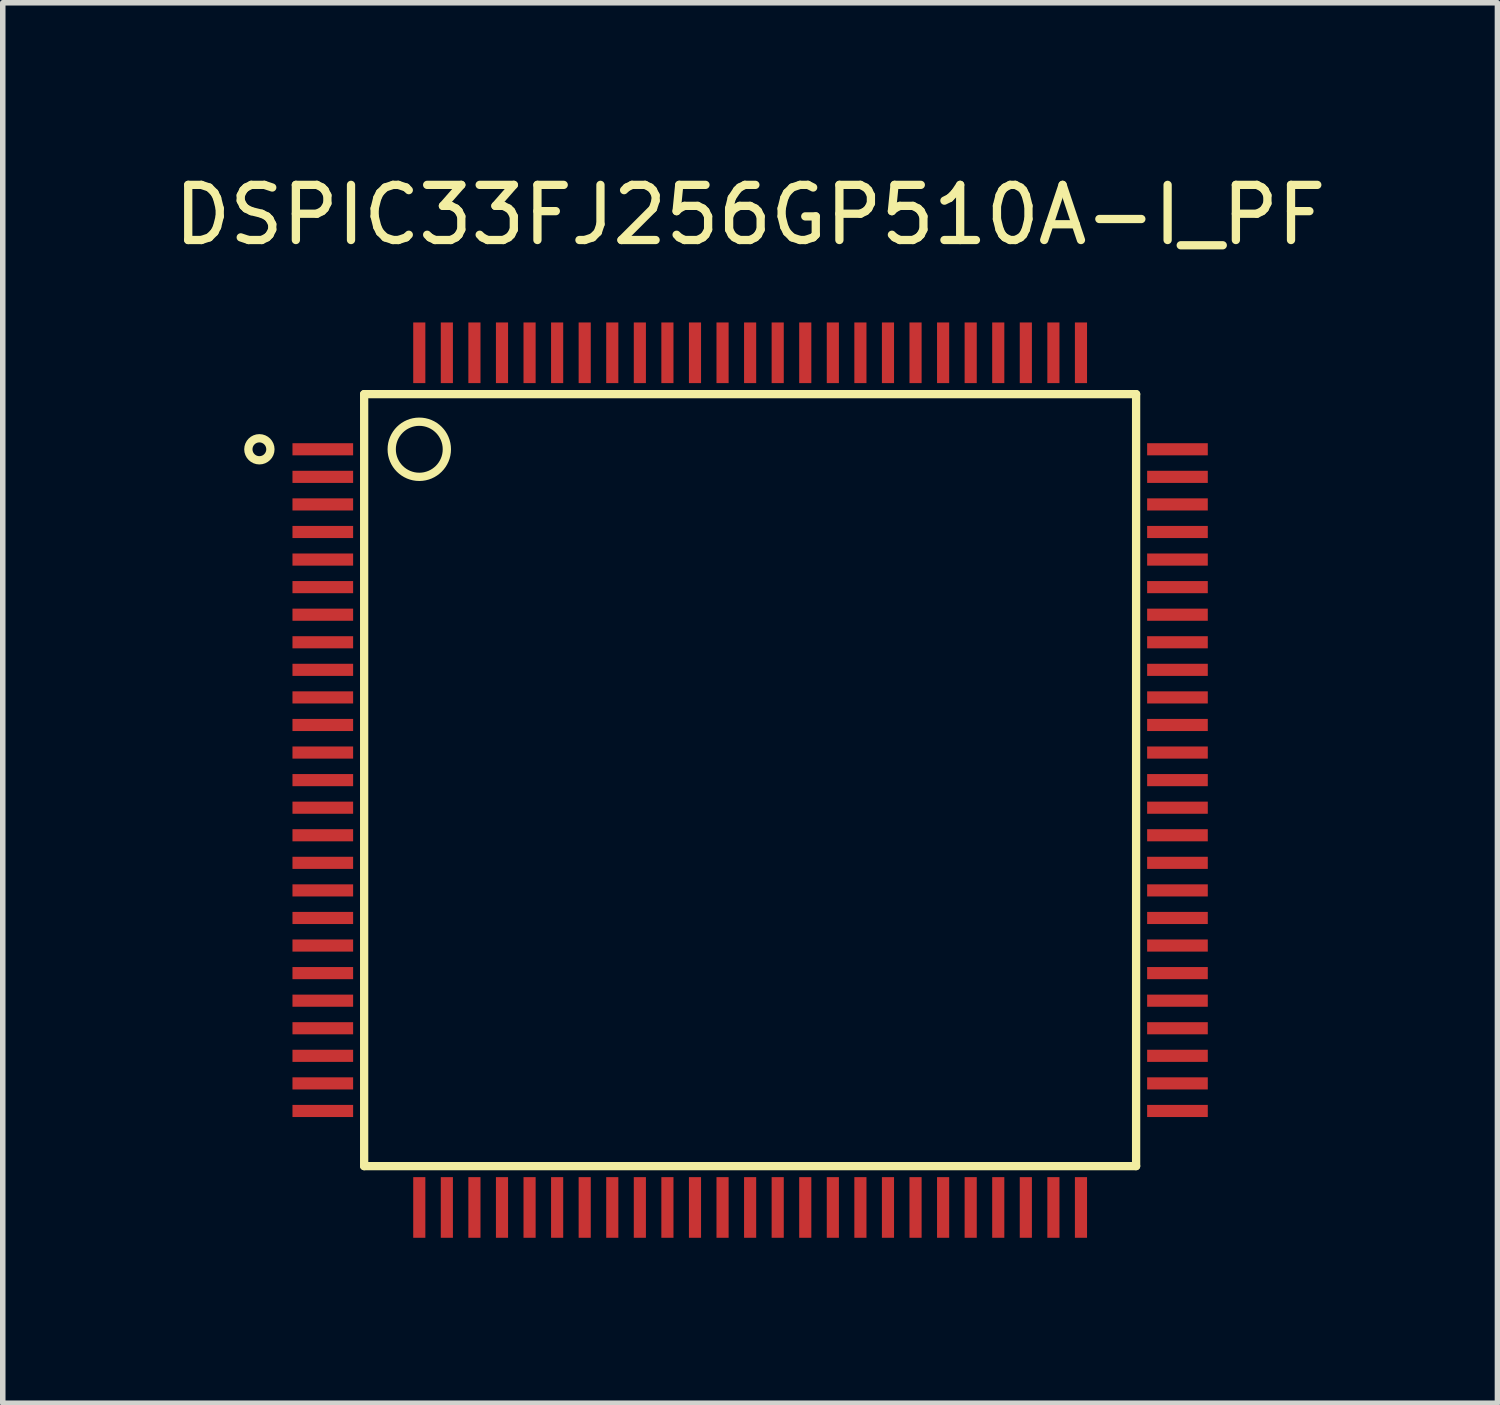
<source format=kicad_pcb>
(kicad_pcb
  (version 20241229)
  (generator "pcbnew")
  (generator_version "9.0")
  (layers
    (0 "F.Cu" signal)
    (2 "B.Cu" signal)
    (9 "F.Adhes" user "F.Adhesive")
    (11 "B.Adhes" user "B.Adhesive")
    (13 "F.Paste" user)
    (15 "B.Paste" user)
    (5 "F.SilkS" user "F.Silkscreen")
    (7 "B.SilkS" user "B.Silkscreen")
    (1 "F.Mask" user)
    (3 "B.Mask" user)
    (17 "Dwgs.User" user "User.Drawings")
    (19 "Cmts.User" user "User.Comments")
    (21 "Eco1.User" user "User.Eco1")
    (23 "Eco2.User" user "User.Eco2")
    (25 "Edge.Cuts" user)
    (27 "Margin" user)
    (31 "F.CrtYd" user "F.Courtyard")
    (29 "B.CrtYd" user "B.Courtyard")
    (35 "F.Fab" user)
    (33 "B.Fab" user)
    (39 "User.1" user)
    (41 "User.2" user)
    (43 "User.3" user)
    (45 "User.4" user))
  (footprint "DSPIC33FJ256GP510A-I_PF"
    (layer "F.Cu")
    (at 2.804 3.348)
    (property "Reference" "DSPIC33FJ256GP510A-I_PF" (at 7.75 -2.5 0) (layer "F.SilkS") (effects (font (size 1 1) (thickness 0.15))))
    (attr through_hole)
    (fp_line (start 0.75 0.75) (end 0.75 14.75) (stroke (width 0.15) (type solid)) (layer "F.SilkS"))
    (fp_line (start 0.75 0.75) (end 14.75 0.75) (stroke (width 0.15) (type solid)) (layer "F.SilkS"))
    (fp_line (start 0.75 14.75) (end 14.75 14.75) (stroke (width 0.15) (type solid)) (layer "F.SilkS"))
    (fp_line (start 14.75 14.75) (end 14.75 0.75) (stroke (width 0.15) (type solid)) (layer "F.SilkS"))
    (fp_circle (center -1.15 1.75) (end -1.15 1.55) (stroke (width 0.15) (type solid)) (fill no) (layer "F.SilkS"))
    (fp_circle (center 1.75 1.75) (end 1.75 1.25) (stroke (width 0.15) (type solid)) (fill no) (layer "F.SilkS"))
    (pad "1" smd rect (at 0 1.75) (size 1.1 0.22) (layers "F.Cu" "F.Mask" "F.Paste"))
    (pad "2" smd rect (at 0 2.25) (size 1.1 0.22) (layers "F.Cu" "F.Mask" "F.Paste"))
    (pad "3" smd rect (at 0 2.75) (size 1.1 0.22) (layers "F.Cu" "F.Mask" "F.Paste"))
    (pad "4" smd rect (at 0 3.25) (size 1.1 0.22) (layers "F.Cu" "F.Mask" "F.Paste"))
    (pad "5" smd rect (at 0 3.75) (size 1.1 0.22) (layers "F.Cu" "F.Mask" "F.Paste"))
    (pad "6" smd rect (at 0 4.25) (size 1.1 0.22) (layers "F.Cu" "F.Mask" "F.Paste"))
    (pad "7" smd rect (at 0 4.75) (size 1.1 0.22) (layers "F.Cu" "F.Mask" "F.Paste"))
    (pad "8" smd rect (at 0 5.25) (size 1.1 0.22) (layers "F.Cu" "F.Mask" "F.Paste"))
    (pad "9" smd rect (at 0 5.75) (size 1.1 0.22) (layers "F.Cu" "F.Mask" "F.Paste"))
    (pad "10" smd rect (at 0 6.25) (size 1.1 0.22) (layers "F.Cu" "F.Mask" "F.Paste"))
    (pad "11" smd rect (at 0 6.75) (size 1.1 0.22) (layers "F.Cu" "F.Mask" "F.Paste"))
    (pad "12" smd rect (at 0 7.25) (size 1.1 0.22) (layers "F.Cu" "F.Mask" "F.Paste"))
    (pad "13" smd rect (at 0 7.75) (size 1.1 0.22) (layers "F.Cu" "F.Mask" "F.Paste"))
    (pad "14" smd rect (at 0 8.25) (size 1.1 0.22) (layers "F.Cu" "F.Mask" "F.Paste"))
    (pad "15" smd rect (at 0 8.75) (size 1.1 0.22) (layers "F.Cu" "F.Mask" "F.Paste"))
    (pad "16" smd rect (at 0 9.25) (size 1.1 0.22) (layers "F.Cu" "F.Mask" "F.Paste"))
    (pad "17" smd rect (at 0 9.75) (size 1.1 0.22) (layers "F.Cu" "F.Mask" "F.Paste"))
    (pad "18" smd rect (at 0 10.25) (size 1.1 0.22) (layers "F.Cu" "F.Mask" "F.Paste"))
    (pad "19" smd rect (at 0 10.75) (size 1.1 0.22) (layers "F.Cu" "F.Mask" "F.Paste"))
    (pad "20" smd rect (at 0 11.25) (size 1.1 0.22) (layers "F.Cu" "F.Mask" "F.Paste"))
    (pad "21" smd rect (at 0 11.75) (size 1.1 0.22) (layers "F.Cu" "F.Mask" "F.Paste"))
    (pad "22" smd rect (at 0 12.25) (size 1.1 0.22) (layers "F.Cu" "F.Mask" "F.Paste"))
    (pad "23" smd rect (at 0 12.75) (size 1.1 0.22) (layers "F.Cu" "F.Mask" "F.Paste"))
    (pad "24" smd rect (at 0 13.25) (size 1.1 0.22) (layers "F.Cu" "F.Mask" "F.Paste"))
    (pad "25" smd rect (at 0 13.75) (size 1.1 0.22) (layers "F.Cu" "F.Mask" "F.Paste"))
    (pad "26" smd rect (at 1.75 15.5) (size 0.22 1.1) (layers "F.Cu" "F.Mask" "F.Paste"))
    (pad "27" smd rect (at 2.25 15.5) (size 0.22 1.1) (layers "F.Cu" "F.Mask" "F.Paste"))
    (pad "28" smd rect (at 2.75 15.5) (size 0.22 1.1) (layers "F.Cu" "F.Mask" "F.Paste"))
    (pad "29" smd rect (at 3.25 15.5) (size 0.22 1.1) (layers "F.Cu" "F.Mask" "F.Paste"))
    (pad "30" smd rect (at 3.75 15.5) (size 0.22 1.1) (layers "F.Cu" "F.Mask" "F.Paste"))
    (pad "31" smd rect (at 4.25 15.5) (size 0.22 1.1) (layers "F.Cu" "F.Mask" "F.Paste"))
    (pad "32" smd rect (at 4.75 15.5) (size 0.22 1.1) (layers "F.Cu" "F.Mask" "F.Paste"))
    (pad "33" smd rect (at 5.25 15.5) (size 0.22 1.1) (layers "F.Cu" "F.Mask" "F.Paste"))
    (pad "34" smd rect (at 5.75 15.5) (size 0.22 1.1) (layers "F.Cu" "F.Mask" "F.Paste"))
    (pad "35" smd rect (at 6.25 15.5) (size 0.22 1.1) (layers "F.Cu" "F.Mask" "F.Paste"))
    (pad "36" smd rect (at 6.75 15.5) (size 0.22 1.1) (layers "F.Cu" "F.Mask" "F.Paste"))
    (pad "37" smd rect (at 7.25 15.5) (size 0.22 1.1) (layers "F.Cu" "F.Mask" "F.Paste"))
    (pad "38" smd rect (at 7.75 15.5) (size 0.22 1.1) (layers "F.Cu" "F.Mask" "F.Paste"))
    (pad "39" smd rect (at 8.25 15.5) (size 0.22 1.1) (layers "F.Cu" "F.Mask" "F.Paste"))
    (pad "40" smd rect (at 8.75 15.5) (size 0.22 1.1) (layers "F.Cu" "F.Mask" "F.Paste"))
    (pad "41" smd rect (at 9.25 15.5) (size 0.22 1.1) (layers "F.Cu" "F.Mask" "F.Paste"))
    (pad "42" smd rect (at 9.75 15.5) (size 0.22 1.1) (layers "F.Cu" "F.Mask" "F.Paste"))
    (pad "43" smd rect (at 10.25 15.5) (size 0.22 1.1) (layers "F.Cu" "F.Mask" "F.Paste"))
    (pad "44" smd rect (at 10.75 15.5) (size 0.22 1.1) (layers "F.Cu" "F.Mask" "F.Paste"))
    (pad "45" smd rect (at 11.25 15.5) (size 0.22 1.1) (layers "F.Cu" "F.Mask" "F.Paste"))
    (pad "46" smd rect (at 11.75 15.5) (size 0.22 1.1) (layers "F.Cu" "F.Mask" "F.Paste"))
    (pad "47" smd rect (at 12.25 15.5) (size 0.22 1.1) (layers "F.Cu" "F.Mask" "F.Paste"))
    (pad "48" smd rect (at 12.75 15.5) (size 0.22 1.1) (layers "F.Cu" "F.Mask" "F.Paste"))
    (pad "49" smd rect (at 13.25 15.5) (size 0.22 1.1) (layers "F.Cu" "F.Mask" "F.Paste"))
    (pad "50" smd rect (at 13.75 15.5) (size 0.22 1.1) (layers "F.Cu" "F.Mask" "F.Paste"))
    (pad "51" smd rect (at 15.5 13.75) (size 1.1 0.22) (layers "F.Cu" "F.Mask" "F.Paste"))
    (pad "52" smd rect (at 15.5 13.25) (size 1.1 0.22) (layers "F.Cu" "F.Mask" "F.Paste"))
    (pad "53" smd rect (at 15.5 12.75) (size 1.1 0.22) (layers "F.Cu" "F.Mask" "F.Paste"))
    (pad "54" smd rect (at 15.5 12.25) (size 1.1 0.22) (layers "F.Cu" "F.Mask" "F.Paste"))
    (pad "55" smd rect (at 15.5 11.75) (size 1.1 0.22) (layers "F.Cu" "F.Mask" "F.Paste"))
    (pad "56" smd rect (at 15.5 11.25) (size 1.1 0.22) (layers "F.Cu" "F.Mask" "F.Paste"))
    (pad "57" smd rect (at 15.5 10.75) (size 1.1 0.22) (layers "F.Cu" "F.Mask" "F.Paste"))
    (pad "58" smd rect (at 15.5 10.25) (size 1.1 0.22) (layers "F.Cu" "F.Mask" "F.Paste"))
    (pad "59" smd rect (at 15.5 9.75) (size 1.1 0.22) (layers "F.Cu" "F.Mask" "F.Paste"))
    (pad "60" smd rect (at 15.5 9.25) (size 1.1 0.22) (layers "F.Cu" "F.Mask" "F.Paste"))
    (pad "61" smd rect (at 15.5 8.75) (size 1.1 0.22) (layers "F.Cu" "F.Mask" "F.Paste"))
    (pad "62" smd rect (at 15.5 8.25) (size 1.1 0.22) (layers "F.Cu" "F.Mask" "F.Paste"))
    (pad "63" smd rect (at 15.5 7.75) (size 1.1 0.22) (layers "F.Cu" "F.Mask" "F.Paste"))
    (pad "64" smd rect (at 15.5 7.25) (size 1.1 0.22) (layers "F.Cu" "F.Mask" "F.Paste"))
    (pad "65" smd rect (at 15.5 6.75) (size 1.1 0.22) (layers "F.Cu" "F.Mask" "F.Paste"))
    (pad "66" smd rect (at 15.5 6.25) (size 1.1 0.22) (layers "F.Cu" "F.Mask" "F.Paste"))
    (pad "67" smd rect (at 15.5 5.75) (size 1.1 0.22) (layers "F.Cu" "F.Mask" "F.Paste"))
    (pad "68" smd rect (at 15.5 5.25) (size 1.1 0.22) (layers "F.Cu" "F.Mask" "F.Paste"))
    (pad "69" smd rect (at 15.5 4.75) (size 1.1 0.22) (layers "F.Cu" "F.Mask" "F.Paste"))
    (pad "70" smd rect (at 15.5 4.25) (size 1.1 0.22) (layers "F.Cu" "F.Mask" "F.Paste"))
    (pad "71" smd rect (at 15.5 3.75) (size 1.1 0.22) (layers "F.Cu" "F.Mask" "F.Paste"))
    (pad "72" smd rect (at 15.5 3.25) (size 1.1 0.22) (layers "F.Cu" "F.Mask" "F.Paste"))
    (pad "73" smd rect (at 15.5 2.75) (size 1.1 0.22) (layers "F.Cu" "F.Mask" "F.Paste"))
    (pad "74" smd rect (at 15.5 2.25) (size 1.1 0.22) (layers "F.Cu" "F.Mask" "F.Paste"))
    (pad "75" smd rect (at 15.5 1.75) (size 1.1 0.22) (layers "F.Cu" "F.Mask" "F.Paste"))
    (pad "76" smd rect (at 13.75 0) (size 0.22 1.1) (layers "F.Cu" "F.Mask" "F.Paste"))
    (pad "77" smd rect (at 13.25 0) (size 0.22 1.1) (layers "F.Cu" "F.Mask" "F.Paste"))
    (pad "78" smd rect (at 12.75 0) (size 0.22 1.1) (layers "F.Cu" "F.Mask" "F.Paste"))
    (pad "79" smd rect (at 12.25 0) (size 0.22 1.1) (layers "F.Cu" "F.Mask" "F.Paste"))
    (pad "80" smd rect (at 11.75 0) (size 0.22 1.1) (layers "F.Cu" "F.Mask" "F.Paste"))
    (pad "81" smd rect (at 11.25 0) (size 0.22 1.1) (layers "F.Cu" "F.Mask" "F.Paste"))
    (pad "82" smd rect (at 10.75 0) (size 0.22 1.1) (layers "F.Cu" "F.Mask" "F.Paste"))
    (pad "83" smd rect (at 10.25 0) (size 0.22 1.1) (layers "F.Cu" "F.Mask" "F.Paste"))
    (pad "84" smd rect (at 9.75 0) (size 0.22 1.1) (layers "F.Cu" "F.Mask" "F.Paste"))
    (pad "85" smd rect (at 9.25 0) (size 0.22 1.1) (layers "F.Cu" "F.Mask" "F.Paste"))
    (pad "86" smd rect (at 8.75 0) (size 0.22 1.1) (layers "F.Cu" "F.Mask" "F.Paste"))
    (pad "87" smd rect (at 8.25 0) (size 0.22 1.1) (layers "F.Cu" "F.Mask" "F.Paste"))
    (pad "88" smd rect (at 7.75 0) (size 0.22 1.1) (layers "F.Cu" "F.Mask" "F.Paste"))
    (pad "89" smd rect (at 7.25 0) (size 0.22 1.1) (layers "F.Cu" "F.Mask" "F.Paste"))
    (pad "90" smd rect (at 6.75 0) (size 0.22 1.1) (layers "F.Cu" "F.Mask" "F.Paste"))
    (pad "91" smd rect (at 6.25 0) (size 0.22 1.1) (layers "F.Cu" "F.Mask" "F.Paste"))
    (pad "92" smd rect (at 5.75 0) (size 0.22 1.1) (layers "F.Cu" "F.Mask" "F.Paste"))
    (pad "93" smd rect (at 5.25 0) (size 0.22 1.1) (layers "F.Cu" "F.Mask" "F.Paste"))
    (pad "94" smd rect (at 4.75 0) (size 0.22 1.1) (layers "F.Cu" "F.Mask" "F.Paste"))
    (pad "95" smd rect (at 4.25 0) (size 0.22 1.1) (layers "F.Cu" "F.Mask" "F.Paste"))
    (pad "96" smd rect (at 3.75 0) (size 0.22 1.1) (layers "F.Cu" "F.Mask" "F.Paste"))
    (pad "97" smd rect (at 3.25 0) (size 0.22 1.1) (layers "F.Cu" "F.Mask" "F.Paste"))
    (pad "98" smd rect (at 2.75 0) (size 0.22 1.1) (layers "F.Cu" "F.Mask" "F.Paste"))
    (pad "99" smd rect (at 2.25 0) (size 0.22 1.1) (layers "F.Cu" "F.Mask" "F.Paste"))
    (pad "100" smd rect (at 1.75 0) (size 0.22 1.1) (layers "F.Cu" "F.Mask" "F.Paste")))
  (gr_rect
    (start -3 -3)
    (end 24.107 22.398)
    (stroke (width 0.1) (type default))
    (fill no)
    (layer "Edge.Cuts")))
</source>
